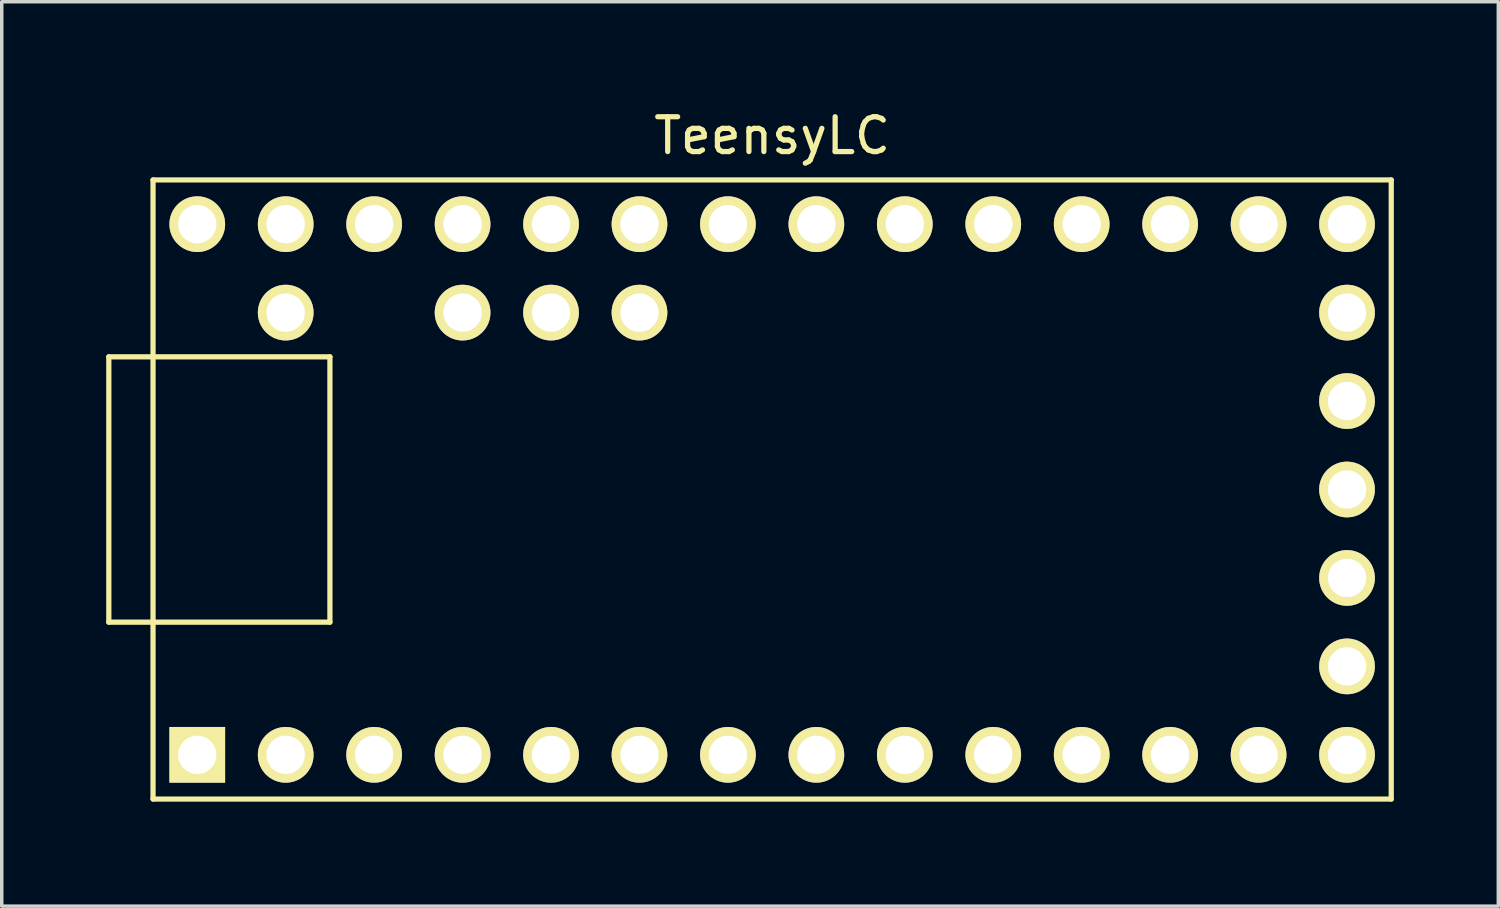
<source format=kicad_pcb>
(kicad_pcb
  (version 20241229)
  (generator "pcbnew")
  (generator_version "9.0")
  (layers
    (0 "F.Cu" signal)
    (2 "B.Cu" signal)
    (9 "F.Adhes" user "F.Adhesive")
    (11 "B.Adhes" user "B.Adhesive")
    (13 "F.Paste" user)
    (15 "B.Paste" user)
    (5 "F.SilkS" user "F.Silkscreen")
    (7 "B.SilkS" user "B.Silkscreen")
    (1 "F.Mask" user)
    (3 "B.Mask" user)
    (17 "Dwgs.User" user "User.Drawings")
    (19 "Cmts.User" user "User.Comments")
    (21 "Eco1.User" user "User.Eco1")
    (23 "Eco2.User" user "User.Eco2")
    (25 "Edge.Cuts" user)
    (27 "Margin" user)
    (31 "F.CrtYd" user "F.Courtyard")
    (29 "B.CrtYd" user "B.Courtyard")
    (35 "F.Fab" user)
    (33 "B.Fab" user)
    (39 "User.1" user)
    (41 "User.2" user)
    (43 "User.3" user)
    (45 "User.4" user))
  (footprint "TeensyLC"
    (layer "F.Cu")
    (at 19.125 11.008)
    (property "Reference" "TeensyLC" (at 0 -10.16 0) (layer "F.SilkS") (effects (font (size 1 1) (thickness 0.15))))
    (attr through_hole)
    (fp_line (start -19.05 -3.81) (end -17.78 -3.81) (stroke (width 0.15) (type solid)) (layer "F.SilkS"))
    (fp_line (start -19.05 3.81) (end -19.05 -3.81) (stroke (width 0.15) (type solid)) (layer "F.SilkS"))
    (fp_line (start -17.78 -8.89) (end 17.78 -8.89) (stroke (width 0.15) (type solid)) (layer "F.SilkS"))
    (fp_line (start -17.78 3.81) (end -19.05 3.81) (stroke (width 0.15) (type solid)) (layer "F.SilkS"))
    (fp_line (start -17.78 8.89) (end -17.78 -8.89) (stroke (width 0.15) (type solid)) (layer "F.SilkS"))
    (fp_line (start -12.7 -3.81) (end -17.78 -3.81) (stroke (width 0.15) (type solid)) (layer "F.SilkS"))
    (fp_line (start -12.7 3.81) (end -17.78 3.81) (stroke (width 0.15) (type solid)) (layer "F.SilkS"))
    (fp_line (start -12.7 3.81) (end -12.7 -3.81) (stroke (width 0.15) (type solid)) (layer "F.SilkS"))
    (fp_line (start 17.78 -8.89) (end 17.78 8.89) (stroke (width 0.15) (type solid)) (layer "F.SilkS"))
    (fp_line (start 17.78 8.89) (end -17.78 8.89) (stroke (width 0.15) (type solid)) (layer "F.SilkS"))
    (pad "1" thru_hole rect (at -16.51 7.62) (size 1.6 1.6) (drill 1.1) (layers "*.Cu" "*.Mask" "F.SilkS"))
    (pad "2" thru_hole circle (at -13.97 7.62) (size 1.6 1.6) (drill 1.1) (layers "*.Cu" "*.Mask" "F.SilkS"))
    (pad "3" thru_hole circle (at -11.43 7.62) (size 1.6 1.6) (drill 1.1) (layers "*.Cu" "*.Mask" "F.SilkS"))
    (pad "4" thru_hole circle (at -8.89 7.62) (size 1.6 1.6) (drill 1.1) (layers "*.Cu" "*.Mask" "F.SilkS"))
    (pad "5" thru_hole circle (at -6.35 7.62) (size 1.6 1.6) (drill 1.1) (layers "*.Cu" "*.Mask" "F.SilkS"))
    (pad "6" thru_hole circle (at -3.81 7.62) (size 1.6 1.6) (drill 1.1) (layers "*.Cu" "*.Mask" "F.SilkS"))
    (pad "7" thru_hole circle (at -1.27 7.62) (size 1.6 1.6) (drill 1.1) (layers "*.Cu" "*.Mask" "F.SilkS"))
    (pad "8" thru_hole circle (at 1.27 7.62) (size 1.6 1.6) (drill 1.1) (layers "*.Cu" "*.Mask" "F.SilkS"))
    (pad "9" thru_hole circle (at 3.81 7.62) (size 1.6 1.6) (drill 1.1) (layers "*.Cu" "*.Mask" "F.SilkS"))
    (pad "10" thru_hole circle (at 6.35 7.62) (size 1.6 1.6) (drill 1.1) (layers "*.Cu" "*.Mask" "F.SilkS"))
    (pad "11" thru_hole circle (at 8.89 7.62) (size 1.6 1.6) (drill 1.1) (layers "*.Cu" "*.Mask" "F.SilkS"))
    (pad "12" thru_hole circle (at 11.43 7.62) (size 1.6 1.6) (drill 1.1) (layers "*.Cu" "*.Mask" "F.SilkS"))
    (pad "13" thru_hole circle (at 13.97 7.62) (size 1.6 1.6) (drill 1.1) (layers "*.Cu" "*.Mask" "F.SilkS"))
    (pad "14" thru_hole circle (at 16.51 7.62) (size 1.6 1.6) (drill 1.1) (layers "*.Cu" "*.Mask" "F.SilkS"))
    (pad "15" thru_hole circle (at 16.51 5.08) (size 1.6 1.6) (drill 1.1) (layers "*.Cu" "*.Mask" "F.SilkS"))
    (pad "16" thru_hole circle (at 16.51 2.54) (size 1.6 1.6) (drill 1.1) (layers "*.Cu" "*.Mask" "F.SilkS"))
    (pad "17" thru_hole circle (at 16.51 0) (size 1.6 1.6) (drill 1.1) (layers "*.Cu" "*.Mask" "F.SilkS"))
    (pad "18" thru_hole circle (at 16.51 -2.54) (size 1.6 1.6) (drill 1.1) (layers "*.Cu" "*.Mask" "F.SilkS"))
    (pad "19" thru_hole circle (at 16.51 -5.08) (size 1.6 1.6) (drill 1.1) (layers "*.Cu" "*.Mask" "F.SilkS"))
    (pad "20" thru_hole circle (at 16.51 -7.62) (size 1.6 1.6) (drill 1.1) (layers "*.Cu" "*.Mask" "F.SilkS"))
    (pad "21" thru_hole circle (at 13.97 -7.62) (size 1.6 1.6) (drill 1.1) (layers "*.Cu" "*.Mask" "F.SilkS"))
    (pad "22" thru_hole circle (at 11.43 -7.62) (size 1.6 1.6) (drill 1.1) (layers "*.Cu" "*.Mask" "F.SilkS"))
    (pad "23" thru_hole circle (at 8.89 -7.62) (size 1.6 1.6) (drill 1.1) (layers "*.Cu" "*.Mask" "F.SilkS"))
    (pad "24" thru_hole circle (at 6.35 -7.62) (size 1.6 1.6) (drill 1.1) (layers "*.Cu" "*.Mask" "F.SilkS"))
    (pad "25" thru_hole circle (at 3.81 -7.62) (size 1.6 1.6) (drill 1.1) (layers "*.Cu" "*.Mask" "F.SilkS"))
    (pad "26" thru_hole circle (at 1.27 -7.62) (size 1.6 1.6) (drill 1.1) (layers "*.Cu" "*.Mask" "F.SilkS"))
    (pad "27" thru_hole circle (at -1.27 -7.62) (size 1.6 1.6) (drill 1.1) (layers "*.Cu" "*.Mask" "F.SilkS"))
    (pad "28" thru_hole circle (at -3.81 -7.62) (size 1.6 1.6) (drill 1.1) (layers "*.Cu" "*.Mask" "F.SilkS"))
    (pad "29" thru_hole circle (at -6.35 -7.62) (size 1.6 1.6) (drill 1.1) (layers "*.Cu" "*.Mask" "F.SilkS"))
    (pad "30" thru_hole circle (at -8.89 -7.62) (size 1.6 1.6) (drill 1.1) (layers "*.Cu" "*.Mask" "F.SilkS"))
    (pad "31" thru_hole circle (at -11.43 -7.62) (size 1.6 1.6) (drill 1.1) (layers "*.Cu" "*.Mask" "F.SilkS"))
    (pad "32" thru_hole circle (at -13.97 -7.62) (size 1.6 1.6) (drill 1.1) (layers "*.Cu" "*.Mask" "F.SilkS"))
    (pad "33" thru_hole circle (at -16.51 -7.62) (size 1.6 1.6) (drill 1.1) (layers "*.Cu" "*.Mask" "F.SilkS"))
    (pad "34" thru_hole circle (at -13.97 -5.08) (size 1.6 1.6) (drill 1.1) (layers "*.Cu" "*.Mask" "F.SilkS"))
    (pad "35" thru_hole circle (at -8.89 -5.08) (size 1.6 1.6) (drill 1.1) (layers "*.Cu" "*.Mask" "F.SilkS"))
    (pad "36" thru_hole circle (at -6.35 -5.08) (size 1.6 1.6) (drill 1.1) (layers "*.Cu" "*.Mask" "F.SilkS"))
    (pad "37" thru_hole circle (at -3.81 -5.08) (size 1.6 1.6) (drill 1.1) (layers "*.Cu" "*.Mask" "F.SilkS")))
  (gr_rect
    (start -3 -3)
    (end 39.98 22.973)
    (stroke (width 0.1) (type default))
    (fill no)
    (layer "Edge.Cuts")))
</source>
